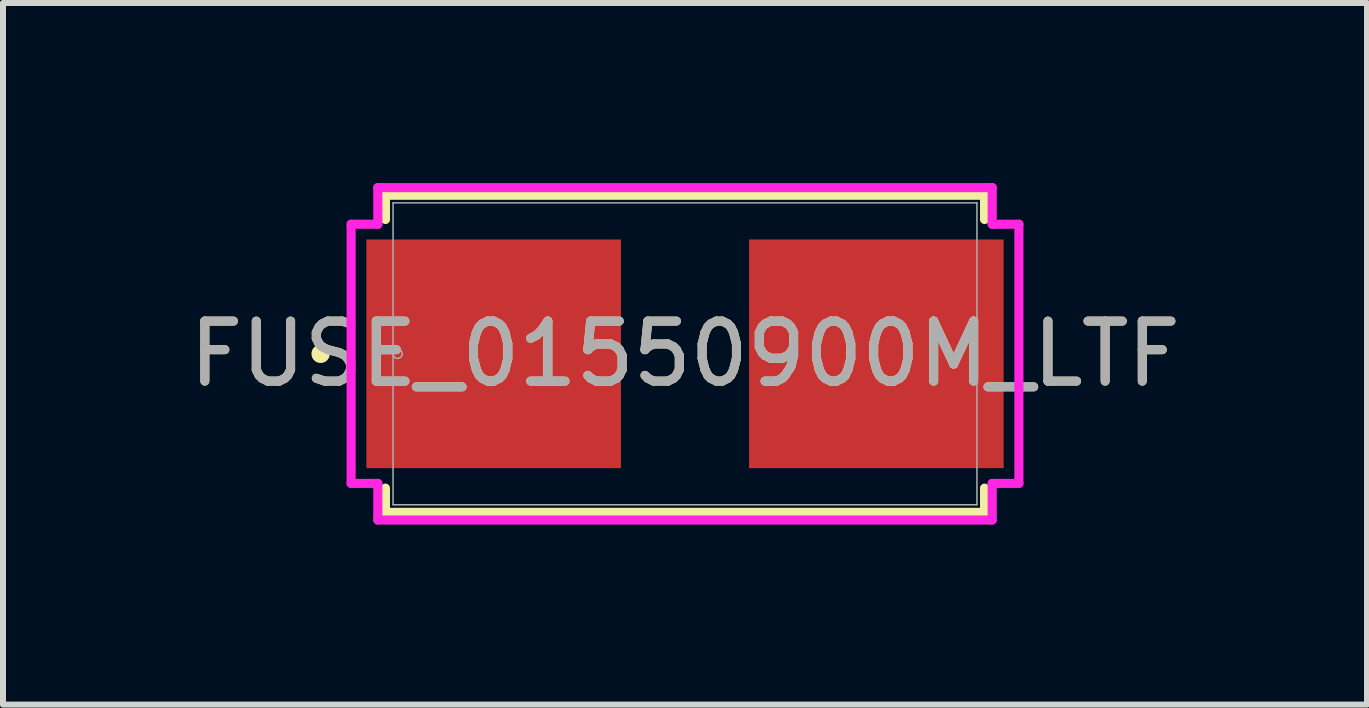
<source format=kicad_pcb>
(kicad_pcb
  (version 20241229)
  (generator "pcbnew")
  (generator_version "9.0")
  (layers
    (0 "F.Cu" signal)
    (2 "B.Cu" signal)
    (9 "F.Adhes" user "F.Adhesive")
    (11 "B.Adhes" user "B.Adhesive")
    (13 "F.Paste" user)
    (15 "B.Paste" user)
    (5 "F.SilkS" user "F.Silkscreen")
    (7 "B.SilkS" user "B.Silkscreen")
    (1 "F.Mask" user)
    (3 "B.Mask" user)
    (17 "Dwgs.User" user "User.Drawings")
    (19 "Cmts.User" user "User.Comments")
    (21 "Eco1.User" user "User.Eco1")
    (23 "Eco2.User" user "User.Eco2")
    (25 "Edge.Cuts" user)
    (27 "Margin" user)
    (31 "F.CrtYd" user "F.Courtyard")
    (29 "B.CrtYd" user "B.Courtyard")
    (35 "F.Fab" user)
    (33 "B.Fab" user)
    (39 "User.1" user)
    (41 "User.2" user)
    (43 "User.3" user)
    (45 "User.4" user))
  (footprint "FUSE_01550900M_LTF"
    (layer "F.Cu")
    (at 8.363 2.845)
    (property "Reference" "FUSE_01550900M_LTF" (at 0 0 0) (unlocked yes) (layer "F.SilkS") (effects (font (size 1 1) (thickness 0.15))))
    (attr smd)
    (fp_line (start -4.991 -2.642) (end -4.991 -2.238) (stroke (width 0.152) (type solid)) (layer "F.SilkS"))
    (fp_line (start -4.991 2.238) (end -4.991 2.642) (stroke (width 0.152) (type solid)) (layer "F.SilkS"))
    (fp_line (start -4.991 2.642) (end 4.991 2.642) (stroke (width 0.152) (type solid)) (layer "F.SilkS"))
    (fp_line (start 4.991 -2.642) (end -4.991 -2.642) (stroke (width 0.152) (type solid)) (layer "F.SilkS"))
    (fp_line (start 4.991 -2.238) (end 4.991 -2.642) (stroke (width 0.152) (type solid)) (layer "F.SilkS"))
    (fp_line (start 4.991 2.642) (end 4.991 2.238) (stroke (width 0.152) (type solid)) (layer "F.SilkS"))
    (fp_circle (center -6.071 0) (end -5.994 0) (stroke (width 0.152) (type solid)) (fill no) (layer "F.SilkS"))
    (fp_line (start -5.563 -2.159) (end -5.118 -2.159) (stroke (width 0.152) (type solid)) (layer "F.CrtYd"))
    (fp_line (start -5.563 2.159) (end -5.563 -2.159) (stroke (width 0.152) (type solid)) (layer "F.CrtYd"))
    (fp_line (start -5.118 -2.769) (end 5.118 -2.769) (stroke (width 0.152) (type solid)) (layer "F.CrtYd"))
    (fp_line (start -5.118 -2.159) (end -5.118 -2.769) (stroke (width 0.152) (type solid)) (layer "F.CrtYd"))
    (fp_line (start -5.118 2.159) (end -5.563 2.159) (stroke (width 0.152) (type solid)) (layer "F.CrtYd"))
    (fp_line (start -5.118 2.769) (end -5.118 2.159) (stroke (width 0.152) (type solid)) (layer "F.CrtYd"))
    (fp_line (start 5.118 -2.769) (end 5.118 -2.159) (stroke (width 0.152) (type solid)) (layer "F.CrtYd"))
    (fp_line (start 5.118 -2.159) (end 5.563 -2.159) (stroke (width 0.152) (type solid)) (layer "F.CrtYd"))
    (fp_line (start 5.118 2.159) (end 5.118 2.769) (stroke (width 0.152) (type solid)) (layer "F.CrtYd"))
    (fp_line (start 5.118 2.769) (end -5.118 2.769) (stroke (width 0.152) (type solid)) (layer "F.CrtYd"))
    (fp_line (start 5.563 -2.159) (end 5.563 2.159) (stroke (width 0.152) (type solid)) (layer "F.CrtYd"))
    (fp_line (start 5.563 2.159) (end 5.118 2.159) (stroke (width 0.152) (type solid)) (layer "F.CrtYd"))
    (fp_line (start -4.864 -2.515) (end -4.864 2.515) (stroke (width 0.025) (type solid)) (layer "F.Fab"))
    (fp_line (start -4.864 2.515) (end 4.864 2.515) (stroke (width 0.025) (type solid)) (layer "F.Fab"))
    (fp_line (start 4.864 -2.515) (end -4.864 -2.515) (stroke (width 0.025) (type solid)) (layer "F.Fab"))
    (fp_line (start 4.864 2.515) (end 4.864 -2.515) (stroke (width 0.025) (type solid)) (layer "F.Fab"))
    (fp_circle (center -4.788 0) (end -4.712 0) (stroke (width 0.025) (type solid)) (fill no) (layer "F.Fab"))
    (fp_text user "${REFERENCE}" (at 0 0 0) (unlocked yes) (layer "F.Fab") (effects (font (size 1 1) (thickness 0.15))))
    (pad "1" smd rect (at -3.188 0) (size 4.242 3.81) (layers "F.Cu" "F.Mask" "F.Paste"))
    (pad "2" smd rect (at 3.188 0) (size 4.242 3.81) (layers "F.Cu" "F.Mask" "F.Paste"))
    (zone (net_name "") (layer "F.Cu") (hatch full 0.508) (connect_pads) (min_thickness 0.254) (filled_areas_thickness no) (keepout (tracks not_allowed) (vias not_allowed) (pads allowed) (copperpour not_allowed) (footprints allowed)) (placement (enabled no)) (fill) (polygon (pts (xy 7.347 0.381) (xy 9.379 0.381) (xy 9.379 5.309) (xy 7.347 5.309)))))
  (gr_rect
    (start -3 -3)
    (end 19.726 8.69)
    (stroke (width 0.1) (type default))
    (fill no)
    (layer "Edge.Cuts")))
</source>
